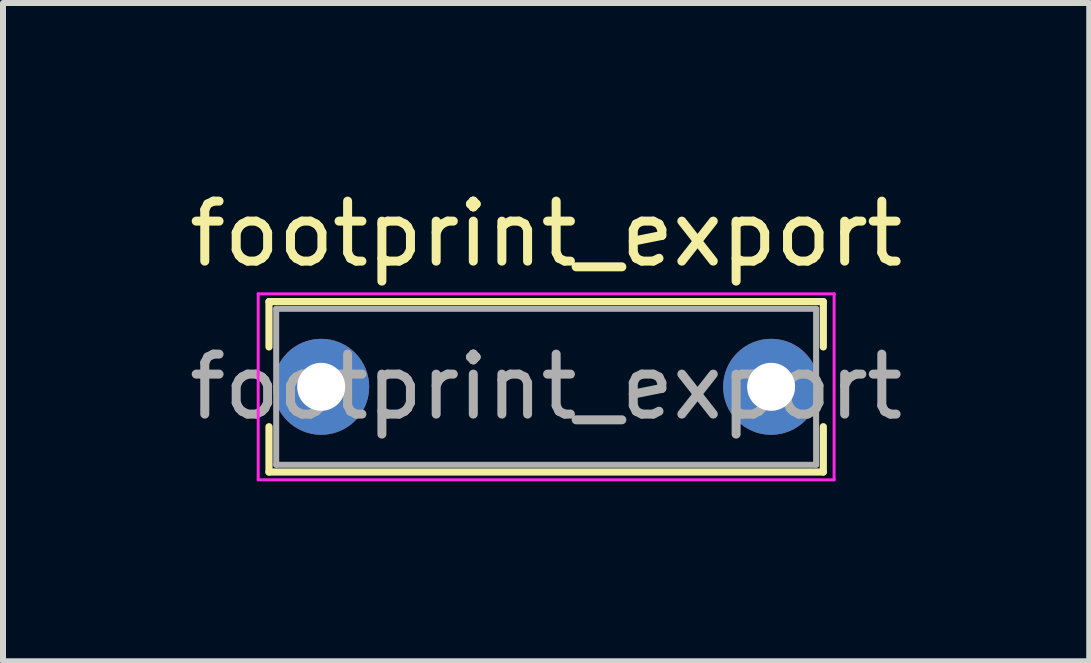
<source format=kicad_pcb>
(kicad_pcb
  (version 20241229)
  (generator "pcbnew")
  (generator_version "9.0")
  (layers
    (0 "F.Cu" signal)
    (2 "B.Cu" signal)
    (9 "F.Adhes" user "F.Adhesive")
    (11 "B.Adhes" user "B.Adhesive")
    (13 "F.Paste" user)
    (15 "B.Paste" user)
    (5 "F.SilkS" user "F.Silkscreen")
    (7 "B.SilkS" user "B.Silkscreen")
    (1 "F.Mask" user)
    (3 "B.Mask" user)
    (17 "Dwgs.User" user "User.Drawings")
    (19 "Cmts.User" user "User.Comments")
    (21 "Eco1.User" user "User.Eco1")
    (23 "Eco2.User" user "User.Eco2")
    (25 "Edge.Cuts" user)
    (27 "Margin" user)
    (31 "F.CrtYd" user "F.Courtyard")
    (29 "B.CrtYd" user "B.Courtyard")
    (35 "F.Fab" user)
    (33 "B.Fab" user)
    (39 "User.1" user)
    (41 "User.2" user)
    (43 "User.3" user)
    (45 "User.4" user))
  (footprint "footprint_export"
    (layer "F.Cu")
    (at 2.304 3.398)
    (property "Reference" "footprint_export" (at 3.75 -2.55 0) (layer "F.SilkS") (effects (font (size 1 1) (thickness 0.15))))
    (attr through_hole)
    (fp_line (start -0.87 -1.42) (end -0.87 -0.665) (stroke (width 0.12) (type solid)) (layer "F.SilkS"))
    (fp_line (start -0.87 -1.42) (end 8.37 -1.42) (stroke (width 0.12) (type solid)) (layer "F.SilkS"))
    (fp_line (start -0.87 0.665) (end -0.87 1.42) (stroke (width 0.12) (type solid)) (layer "F.SilkS"))
    (fp_line (start -0.87 1.42) (end 8.37 1.42) (stroke (width 0.12) (type solid)) (layer "F.SilkS"))
    (fp_line (start 8.37 -1.42) (end 8.37 -0.665) (stroke (width 0.12) (type solid)) (layer "F.SilkS"))
    (fp_line (start 8.37 0.665) (end 8.37 1.42) (stroke (width 0.12) (type solid)) (layer "F.SilkS"))
    (fp_line (start -1.05 -1.55) (end -1.05 1.55) (stroke (width 0.05) (type solid)) (layer "F.CrtYd"))
    (fp_line (start -1.05 1.55) (end 8.55 1.55) (stroke (width 0.05) (type solid)) (layer "F.CrtYd"))
    (fp_line (start 8.55 -1.55) (end -1.05 -1.55) (stroke (width 0.05) (type solid)) (layer "F.CrtYd"))
    (fp_line (start 8.55 1.55) (end 8.55 -1.55) (stroke (width 0.05) (type solid)) (layer "F.CrtYd"))
    (fp_line (start -0.75 -1.3) (end -0.75 1.3) (stroke (width 0.1) (type solid)) (layer "F.Fab"))
    (fp_line (start -0.75 1.3) (end 8.25 1.3) (stroke (width 0.1) (type solid)) (layer "F.Fab"))
    (fp_line (start 8.25 -1.3) (end -0.75 -1.3) (stroke (width 0.1) (type solid)) (layer "F.Fab"))
    (fp_line (start 8.25 1.3) (end 8.25 -1.3) (stroke (width 0.1) (type solid)) (layer "F.Fab"))
    (fp_text user "${REFERENCE}" (at 3.75 0 0) (layer "F.Fab") (effects (font (size 1 1) (thickness 0.15))))
    (pad "1" thru_hole circle (at 0 0) (size 1.6 1.6) (drill 0.8) (layers "*.Cu" "*.Mask"))
    (pad "2" thru_hole circle (at 7.5 0) (size 1.6 1.6) (drill 0.8) (layers "*.Cu" "*.Mask")))
  (gr_rect
    (start -3 -3)
    (end 15.107 7.973)
    (stroke (width 0.1) (type default))
    (fill no)
    (layer "Edge.Cuts")))
</source>
